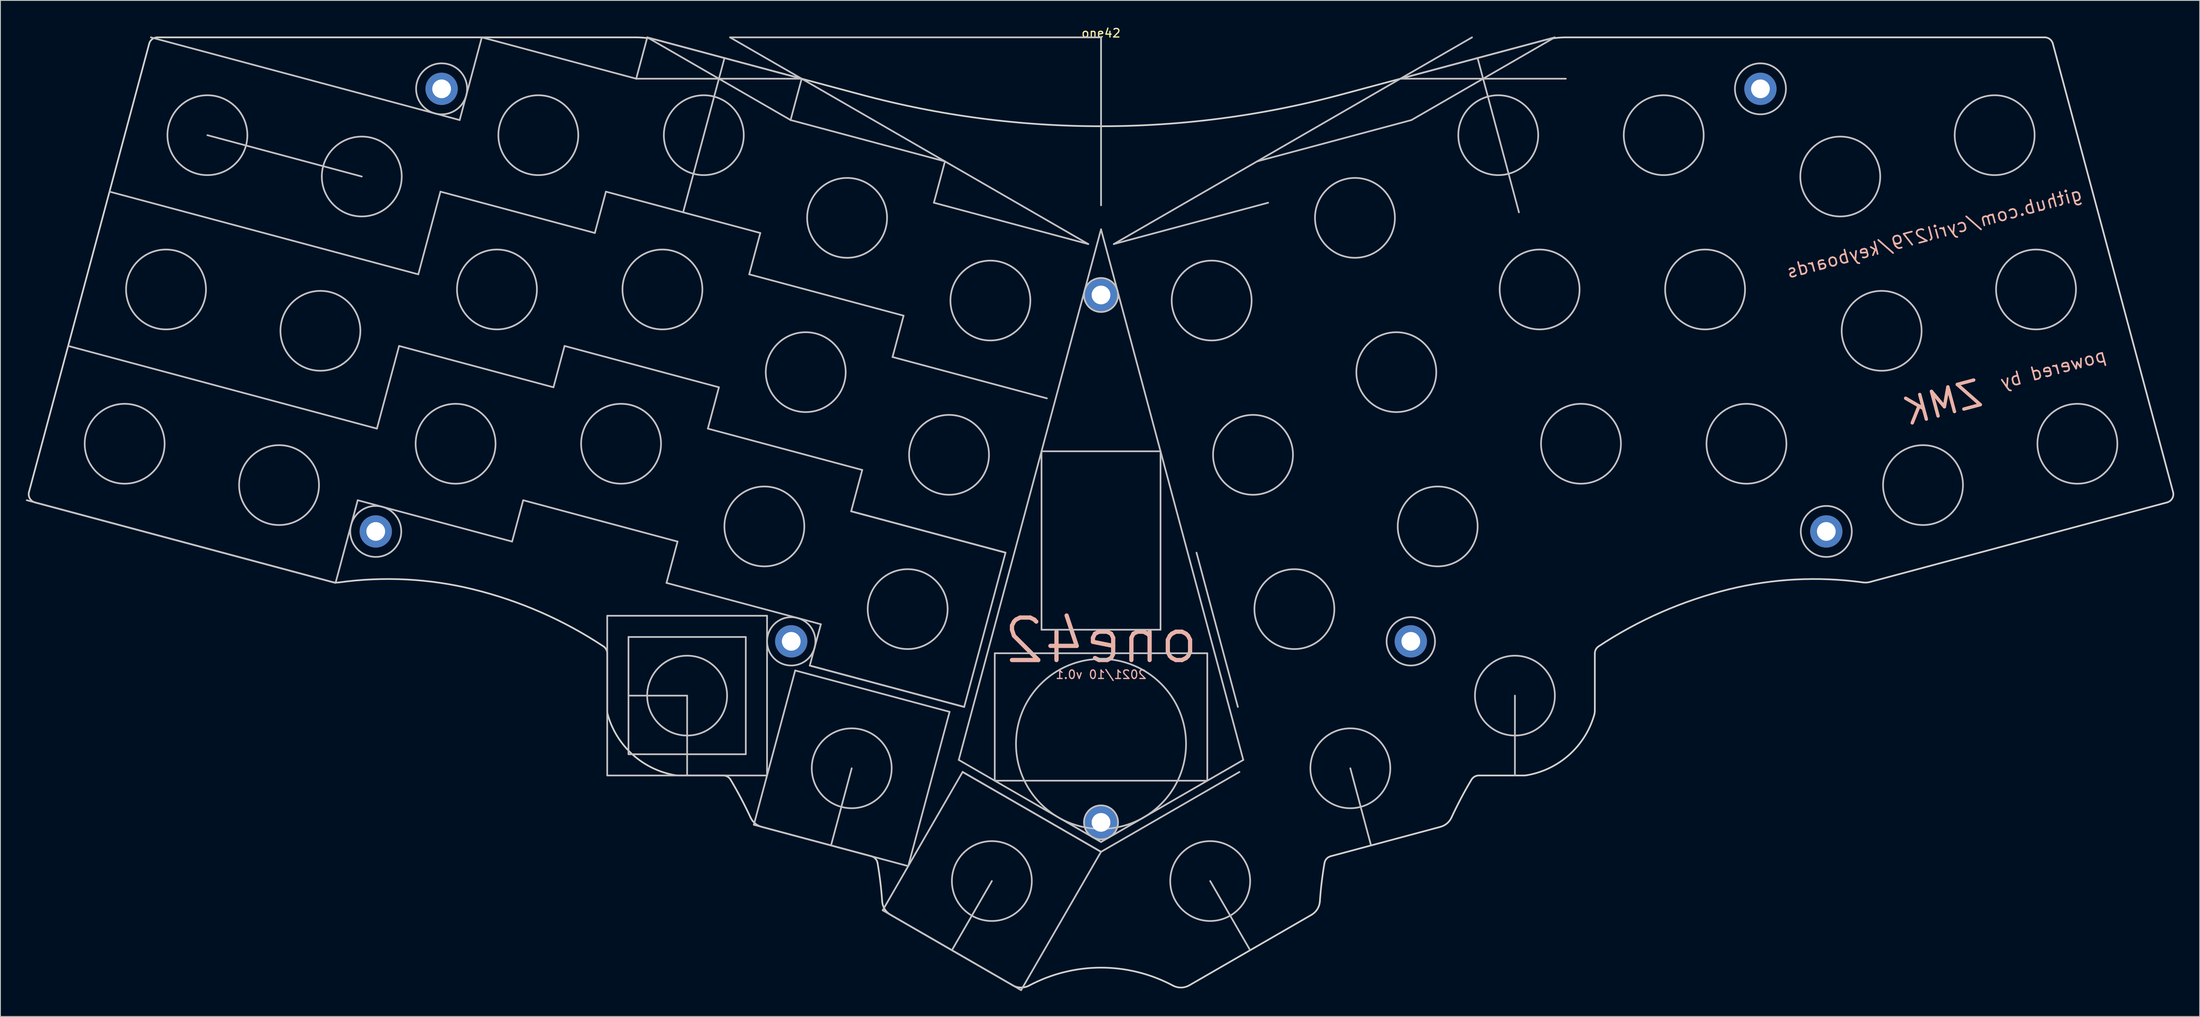
<source format=kicad_pcb>
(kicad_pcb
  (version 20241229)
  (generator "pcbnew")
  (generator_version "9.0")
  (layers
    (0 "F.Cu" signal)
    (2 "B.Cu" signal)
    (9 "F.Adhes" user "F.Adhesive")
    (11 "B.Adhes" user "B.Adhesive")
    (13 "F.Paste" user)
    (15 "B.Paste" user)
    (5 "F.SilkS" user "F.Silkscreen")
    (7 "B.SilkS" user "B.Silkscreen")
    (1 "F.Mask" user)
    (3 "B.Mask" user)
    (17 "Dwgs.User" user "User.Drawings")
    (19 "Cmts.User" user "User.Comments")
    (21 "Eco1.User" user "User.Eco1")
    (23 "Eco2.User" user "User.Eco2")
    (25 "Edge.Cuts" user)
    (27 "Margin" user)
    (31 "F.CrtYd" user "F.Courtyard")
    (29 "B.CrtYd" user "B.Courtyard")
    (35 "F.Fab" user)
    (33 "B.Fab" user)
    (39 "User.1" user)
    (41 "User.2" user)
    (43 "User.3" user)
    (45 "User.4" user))
  (footprint "one42"
    (layer "F.Cu")
    (at 126.458 1.348)
    (property "Reference" "one42" (at 0 -0.5 0) (unlocked yes) (layer "F.SilkS") (effects (font (size 1 1) (thickness 0.15))))
    (fp_line (start -12.5 72.5) (end -9.5 72.5) (stroke (width 0.12) (type solid)) (layer "F.SilkS"))
    (fp_line (start -12.5 75.5) (end -12.5 72.5) (stroke (width 0.12) (type solid)) (layer "F.SilkS"))
    (fp_line (start -12.5 87.5) (end -12.5 84.5) (stroke (width 0.12) (type solid)) (layer "F.SilkS"))
    (fp_line (start -9.5 87.5) (end -12.5 87.5) (stroke (width 0.12) (type solid)) (layer "F.SilkS"))
    (fp_line (start 9.5 72.5) (end 12.5 72.5) (stroke (width 0.12) (type solid)) (layer "F.SilkS"))
    (fp_line (start 12.5 72.5) (end 12.5 75.5) (stroke (width 0.12) (type solid)) (layer "F.SilkS"))
    (fp_line (start 12.5 84.5) (end 12.5 87.5) (stroke (width 0.12) (type solid)) (layer "F.SilkS"))
    (fp_line (start 12.5 87.5) (end 9.5 87.5) (stroke (width 0.12) (type solid)) (layer "F.SilkS"))
    (fp_line (start -105.113 11.513) (end -86.954 16.378) (stroke (width 0.2) (type solid)) (layer "Dwgs.User"))
    (fp_line (start -90.039 64.21) (end -126.358 54.478) (stroke (width 0.2) (type solid)) (layer "Dwgs.User"))
    (fp_line (start -87.431 54.478) (end -90.039 64.21) (stroke (width 0.2) (type solid)) (layer "Dwgs.User"))
    (fp_line (start -85.173 46.05) (end -121.492 36.319) (stroke (width 0.2) (type solid)) (layer "Dwgs.User"))
    (fp_line (start -82.565 36.319) (end -85.173 46.05) (stroke (width 0.2) (type solid)) (layer "Dwgs.User"))
    (fp_line (start -80.307 27.891) (end -116.626 18.159) (stroke (width 0.2) (type solid)) (layer "Dwgs.User"))
    (fp_line (start -77.7 18.159) (end -80.307 27.891) (stroke (width 0.2) (type solid)) (layer "Dwgs.User"))
    (fp_line (start -75.441 9.732) (end -111.76 0) (stroke (width 0.2) (type solid)) (layer "Dwgs.User"))
    (fp_line (start -72.834 0) (end -75.441 9.732) (stroke (width 0.2) (type solid)) (layer "Dwgs.User"))
    (fp_line (start -69.272 59.344) (end -87.431 54.478) (stroke (width 0.2) (type solid)) (layer "Dwgs.User"))
    (fp_line (start -69.272 59.344) (end -67.968 54.478) (stroke (width 0.2) (type solid)) (layer "Dwgs.User"))
    (fp_line (start -67.968 54.478) (end -49.809 59.344) (stroke (width 0.2) (type solid)) (layer "Dwgs.User"))
    (fp_line (start -64.406 41.185) (end -82.565 36.319) (stroke (width 0.2) (type solid)) (layer "Dwgs.User"))
    (fp_line (start -64.406 41.185) (end -63.102 36.319) (stroke (width 0.2) (type solid)) (layer "Dwgs.User"))
    (fp_line (start -63.102 36.319) (end -44.943 41.185) (stroke (width 0.2) (type solid)) (layer "Dwgs.User"))
    (fp_line (start -59.54 23.025) (end -77.7 18.159) (stroke (width 0.2) (type solid)) (layer "Dwgs.User"))
    (fp_line (start -59.54 23.025) (end -58.236 18.159) (stroke (width 0.2) (type solid)) (layer "Dwgs.User"))
    (fp_line (start -58.236 18.159) (end -40.077 23.025) (stroke (width 0.2) (type solid)) (layer "Dwgs.User"))
    (fp_line (start -58.084 68.076) (end -39.284 68.076) (stroke (width 0.2) (type solid)) (layer "Dwgs.User"))
    (fp_line (start -58.084 86.876) (end -58.084 68.076) (stroke (width 0.2) (type solid)) (layer "Dwgs.User"))
    (fp_line (start -55.584 70.576) (end -55.584 84.376) (stroke (width 0.2) (type solid)) (layer "Dwgs.User"))
    (fp_line (start -55.584 84.376) (end -41.784 84.376) (stroke (width 0.2) (type solid)) (layer "Dwgs.User"))
    (fp_line (start -54.674 4.866) (end -72.834 0) (stroke (width 0.2) (type solid)) (layer "Dwgs.User"))
    (fp_line (start -54.674 4.866) (end -53.371 0) (stroke (width 0.2) (type solid)) (layer "Dwgs.User"))
    (fp_line (start -53.371 0) (end -36.515 9.732) (stroke (width 0.2) (type solid)) (layer "Dwgs.User"))
    (fp_line (start -53.371 0) (end -35.211 4.866) (stroke (width 0.2) (type solid)) (layer "Dwgs.User"))
    (fp_line (start -51.112 64.21) (end -32.953 69.076) (stroke (width 0.2) (type solid)) (layer "Dwgs.User"))
    (fp_line (start -49.809 59.344) (end -51.112 64.21) (stroke (width 0.2) (type solid)) (layer "Dwgs.User"))
    (fp_line (start -48.684 77.476) (end -55.584 77.476) (stroke (width 0.2) (type solid)) (layer "Dwgs.User"))
    (fp_line (start -48.684 86.876) (end -48.684 77.476) (stroke (width 0.2) (type solid)) (layer "Dwgs.User"))
    (fp_line (start -46.247 46.05) (end -28.087 50.916) (stroke (width 0.2) (type solid)) (layer "Dwgs.User"))
    (fp_line (start -44.943 41.185) (end -46.247 46.05) (stroke (width 0.2) (type solid)) (layer "Dwgs.User"))
    (fp_line (start -44.291 2.433) (end -49.157 20.592) (stroke (width 0.2) (type solid)) (layer "Dwgs.User"))
    (fp_line (start -43.639 0) (end -1.5 24.329) (stroke (width 0.2) (type solid)) (layer "Dwgs.User"))
    (fp_line (start -41.784 70.576) (end -55.584 70.576) (stroke (width 0.2) (type solid)) (layer "Dwgs.User"))
    (fp_line (start -41.784 84.376) (end -41.784 70.576) (stroke (width 0.2) (type solid)) (layer "Dwgs.User"))
    (fp_line (start -41.381 27.891) (end -23.221 32.757) (stroke (width 0.2) (type solid)) (layer "Dwgs.User"))
    (fp_line (start -40.838 92.676) (end -22.679 97.542) (stroke (width 0.2) (type solid)) (layer "Dwgs.User"))
    (fp_line (start -40.077 23.025) (end -41.381 27.891) (stroke (width 0.2) (type solid)) (layer "Dwgs.User"))
    (fp_line (start -39.284 68.076) (end -39.284 86.876) (stroke (width 0.2) (type solid)) (layer "Dwgs.User"))
    (fp_line (start -39.284 86.876) (end -58.084 86.876) (stroke (width 0.2) (type solid)) (layer "Dwgs.User"))
    (fp_line (start -36.515 9.732) (end -18.356 14.597) (stroke (width 0.2) (type solid)) (layer "Dwgs.User"))
    (fp_line (start -35.973 74.517) (end -40.838 92.676) (stroke (width 0.2) (type solid)) (layer "Dwgs.User"))
    (fp_line (start -35.211 4.866) (end -54.674 4.866) (stroke (width 0.2) (type solid)) (layer "Dwgs.User"))
    (fp_line (start -35.211 4.866) (end -36.515 9.732) (stroke (width 0.2) (type solid)) (layer "Dwgs.User"))
    (fp_line (start -34.257 73.941) (end -16.097 78.807) (stroke (width 0.2) (type solid)) (layer "Dwgs.User"))
    (fp_line (start -34.257 73.941) (end -16.097 78.807) (stroke (width 0.2) (type solid)) (layer "Dwgs.User"))
    (fp_line (start -32.953 69.076) (end -34.257 73.941) (stroke (width 0.2) (type solid)) (layer "Dwgs.User"))
    (fp_line (start -29.391 55.782) (end -11.232 60.648) (stroke (width 0.2) (type solid)) (layer "Dwgs.User"))
    (fp_line (start -29.391 55.782) (end -11.232 60.648) (stroke (width 0.2) (type solid)) (layer "Dwgs.User"))
    (fp_line (start -29.326 86.03) (end -31.759 95.109) (stroke (width 0.2) (type solid)) (layer "Dwgs.User"))
    (fp_line (start -28.087 50.916) (end -29.391 55.782) (stroke (width 0.2) (type solid)) (layer "Dwgs.User"))
    (fp_line (start -25.681 102.742) (end -9.4 112.142) (stroke (width 0.2) (type solid)) (layer "Dwgs.User"))
    (fp_line (start -24.525 37.623) (end -6.366 42.488) (stroke (width 0.2) (type solid)) (layer "Dwgs.User"))
    (fp_line (start -23.221 32.757) (end -24.525 37.623) (stroke (width 0.2) (type solid)) (layer "Dwgs.User"))
    (fp_line (start -22.679 97.542) (end -17.813 79.383) (stroke (width 0.2) (type solid)) (layer "Dwgs.User"))
    (fp_line (start -19.659 19.463) (end -1.5 24.329) (stroke (width 0.2) (type solid)) (layer "Dwgs.User"))
    (fp_line (start -18.356 14.597) (end -19.659 19.463) (stroke (width 0.2) (type solid)) (layer "Dwgs.User"))
    (fp_line (start -17.813 79.383) (end -35.973 74.517) (stroke (width 0.2) (type solid)) (layer "Dwgs.User"))
    (fp_line (start -17.541 107.442) (end -12.841 99.302) (stroke (width 0.2) (type solid)) (layer "Dwgs.User"))
    (fp_line (start -16.734 85.045) (end 0 94.706) (stroke (width 0.2) (type solid)) (layer "Dwgs.User"))
    (fp_line (start -16.281 86.461) (end -25.681 102.742) (stroke (width 0.2) (type solid)) (layer "Dwgs.User"))
    (fp_line (start -16.281 86.461) (end 0 95.861) (stroke (width 0.2) (type solid)) (layer "Dwgs.User"))
    (fp_line (start -16.097 78.807) (end -11.232 60.648) (stroke (width 0.2) (type solid)) (layer "Dwgs.User"))
    (fp_line (start -12.5 72.489) (end -12.5 87.489) (stroke (width 0.2) (type solid)) (layer "Dwgs.User"))
    (fp_line (start -12.5 87.489) (end 12.5 87.489) (stroke (width 0.2) (type solid)) (layer "Dwgs.User"))
    (fp_line (start -9.4 112.142) (end 0 95.861) (stroke (width 0.2) (type solid)) (layer "Dwgs.User"))
    (fp_line (start -7 48.719) (end 7 48.719) (stroke (width 0.2) (type solid)) (layer "Dwgs.User"))
    (fp_line (start -7 69.719) (end -7 48.719) (stroke (width 0.2) (type solid)) (layer "Dwgs.User"))
    (fp_line (start 0 0) (end -43.639 0) (stroke (width 0.2) (type solid)) (layer "Dwgs.User"))
    (fp_line (start 0 0) (end 0 19.759) (stroke (width 0.2) (type solid)) (layer "Dwgs.User"))
    (fp_line (start 0 0) (end 0 19.759) (stroke (width 0.2) (type solid)) (layer "Dwgs.User"))
    (fp_line (start 0 22.595) (end -16.734 85.045) (stroke (width 0.2) (type solid)) (layer "Dwgs.User"))
    (fp_line (start 0 22.595) (end 16.734 85.045) (stroke (width 0.2) (type solid)) (layer "Dwgs.User"))
    (fp_line (start 0 95.861) (end -16.281 86.461) (stroke (width 0.2) (type solid)) (layer "Dwgs.User"))
    (fp_line (start 7 48.719) (end 7 69.719) (stroke (width 0.2) (type solid)) (layer "Dwgs.User"))
    (fp_line (start 7 69.719) (end -7 69.719) (stroke (width 0.2) (type solid)) (layer "Dwgs.User"))
    (fp_line (start 12.5 72.489) (end -12.5 72.489) (stroke (width 0.2) (type solid)) (layer "Dwgs.User"))
    (fp_line (start 12.5 87.489) (end 12.5 72.489) (stroke (width 0.2) (type solid)) (layer "Dwgs.User"))
    (fp_line (start 16.097 78.807) (end 11.232 60.648) (stroke (width 0.2) (type solid)) (layer "Dwgs.User"))
    (fp_line (start 16.281 86.461) (end 0 95.861) (stroke (width 0.2) (type solid)) (layer "Dwgs.User"))
    (fp_line (start 16.734 85.045) (end 0 94.706) (stroke (width 0.2) (type solid)) (layer "Dwgs.User"))
    (fp_line (start 17.541 107.442) (end 12.841 99.302) (stroke (width 0.2) (type solid)) (layer "Dwgs.User"))
    (fp_line (start 19.659 19.463) (end 1.5 24.329) (stroke (width 0.2) (type solid)) (layer "Dwgs.User"))
    (fp_line (start 29.326 86.03) (end 31.759 95.109) (stroke (width 0.2) (type solid)) (layer "Dwgs.User"))
    (fp_line (start 35.211 4.866) (end 54.674 4.866) (stroke (width 0.2) (type solid)) (layer "Dwgs.User"))
    (fp_line (start 36.515 9.732) (end 18.356 14.597) (stroke (width 0.2) (type solid)) (layer "Dwgs.User"))
    (fp_line (start 43.639 0) (end 1.5 24.329) (stroke (width 0.2) (type solid)) (layer "Dwgs.User"))
    (fp_line (start 44.291 2.433) (end 49.157 20.592) (stroke (width 0.2) (type solid)) (layer "Dwgs.User"))
    (fp_line (start 48.684 86.876) (end 48.684 77.476) (stroke (width 0.2) (type solid)) (layer "Dwgs.User"))
    (fp_line (start 53.371 0) (end 35.211 4.866) (stroke (width 0.2) (type solid)) (layer "Dwgs.User"))
    (fp_line (start 53.371 0) (end 36.515 9.732) (stroke (width 0.2) (type solid)) (layer "Dwgs.User"))
    (fp_circle (center -114.845 47.831) (end -110.145 47.831) (stroke (width 0.2) (type solid)) (fill no) (layer "Dwgs.User"))
    (fp_circle (center -109.979 29.672) (end -105.279 29.672) (stroke (width 0.2) (type solid)) (fill no) (layer "Dwgs.User"))
    (fp_circle (center -105.113 11.513) (end -100.413 11.513) (stroke (width 0.2) (type solid)) (fill no) (layer "Dwgs.User"))
    (fp_circle (center -96.686 52.697) (end -91.986 52.697) (stroke (width 0.2) (type solid)) (fill no) (layer "Dwgs.User"))
    (fp_circle (center -91.82 34.538) (end -87.12 34.538) (stroke (width 0.2) (type solid)) (fill no) (layer "Dwgs.User"))
    (fp_circle (center -86.954 16.378) (end -82.254 16.378) (stroke (width 0.2) (type solid)) (fill no) (layer "Dwgs.User"))
    (fp_circle (center -85.31 58.152) (end -82.31 58.152) (stroke (width 0.2) (type solid)) (fill no) (layer "Dwgs.User"))
    (fp_circle (center -77.563 6.057) (end -74.563 6.057) (stroke (width 0.2) (type solid)) (fill no) (layer "Dwgs.User"))
    (fp_circle (center -75.919 47.831) (end -71.219 47.831) (stroke (width 0.2) (type solid)) (fill no) (layer "Dwgs.User"))
    (fp_circle (center -71.053 29.672) (end -66.353 29.672) (stroke (width 0.2) (type solid)) (fill no) (layer "Dwgs.User"))
    (fp_circle (center -66.187 11.513) (end -61.487 11.513) (stroke (width 0.2) (type solid)) (fill no) (layer "Dwgs.User"))
    (fp_circle (center -56.455 47.831) (end -51.755 47.831) (stroke (width 0.2) (type solid)) (fill no) (layer "Dwgs.User"))
    (fp_circle (center -51.59 29.672) (end -46.89 29.672) (stroke (width 0.2) (type solid)) (fill no) (layer "Dwgs.User"))
    (fp_circle (center -48.684 77.476) (end -43.984 77.476) (stroke (width 0.2) (type solid)) (fill no) (layer "Dwgs.User"))
    (fp_circle (center -46.724 11.513) (end -42.024 11.513) (stroke (width 0.2) (type solid)) (fill no) (layer "Dwgs.User"))
    (fp_circle (center -39.6 57.563) (end -34.9 57.563) (stroke (width 0.2) (type solid)) (fill no) (layer "Dwgs.User"))
    (fp_circle (center -36.438 71.088) (end -33.593 71.088) (stroke (width 0.2) (type solid)) (fill no) (layer "Dwgs.User"))
    (fp_circle (center -34.734 39.404) (end -30.034 39.404) (stroke (width 0.2) (type solid)) (fill no) (layer "Dwgs.User"))
    (fp_circle (center -29.868 21.244) (end -25.168 21.244) (stroke (width 0.2) (type solid)) (fill no) (layer "Dwgs.User"))
    (fp_circle (center -29.326 86.03) (end -24.626 86.03) (stroke (width 0.2) (type solid)) (fill no) (layer "Dwgs.User"))
    (fp_circle (center -22.744 67.295) (end -18.044 67.295) (stroke (width 0.2) (type solid)) (fill no) (layer "Dwgs.User"))
    (fp_circle (center -17.878 49.135) (end -13.178 49.135) (stroke (width 0.2) (type solid)) (fill no) (layer "Dwgs.User"))
    (fp_circle (center -13.013 30.976) (end -8.313 30.976) (stroke (width 0.2) (type solid)) (fill no) (layer "Dwgs.User"))
    (fp_circle (center -12.841 99.302) (end -8.141 99.302) (stroke (width 0.2) (type solid)) (fill no) (layer "Dwgs.User"))
    (fp_circle (center 0 30.322) (end 2 30.322) (stroke (width 0.2) (type solid)) (fill no) (layer "Dwgs.User"))
    (fp_circle (center 0 83.159) (end 10 83.159) (stroke (width 0.2) (type solid)) (fill no) (layer "Dwgs.User"))
    (fp_circle (center 0 92.397) (end 2 92.397) (stroke (width 0.2) (type solid)) (fill no) (layer "Dwgs.User"))
    (fp_circle (center 12.841 99.302) (end 17.541 99.302) (stroke (width 0.2) (type solid)) (fill no) (layer "Dwgs.User"))
    (fp_circle (center 13.013 30.976) (end 17.713 30.976) (stroke (width 0.2) (type solid)) (fill no) (layer "Dwgs.User"))
    (fp_circle (center 17.878 49.135) (end 22.578 49.135) (stroke (width 0.2) (type solid)) (fill no) (layer "Dwgs.User"))
    (fp_circle (center 22.744 67.295) (end 27.444 67.295) (stroke (width 0.2) (type solid)) (fill no) (layer "Dwgs.User"))
    (fp_circle (center 29.326 86.03) (end 34.026 86.03) (stroke (width 0.2) (type solid)) (fill no) (layer "Dwgs.User"))
    (fp_circle (center 29.868 21.244) (end 34.568 21.244) (stroke (width 0.2) (type solid)) (fill no) (layer "Dwgs.User"))
    (fp_circle (center 34.734 39.404) (end 39.434 39.404) (stroke (width 0.2) (type solid)) (fill no) (layer "Dwgs.User"))
    (fp_circle (center 36.438 71.088) (end 39.284 71.088) (stroke (width 0.2) (type solid)) (fill no) (layer "Dwgs.User"))
    (fp_circle (center 39.6 57.563) (end 44.3 57.563) (stroke (width 0.2) (type solid)) (fill no) (layer "Dwgs.User"))
    (fp_circle (center 46.724 11.513) (end 51.424 11.513) (stroke (width 0.2) (type solid)) (fill no) (layer "Dwgs.User"))
    (fp_circle (center 48.684 77.476) (end 53.384 77.476) (stroke (width 0.2) (type solid)) (fill no) (layer "Dwgs.User"))
    (fp_circle (center 51.59 29.672) (end 56.29 29.672) (stroke (width 0.2) (type solid)) (fill no) (layer "Dwgs.User"))
    (fp_circle (center 56.455 47.831) (end 61.155 47.831) (stroke (width 0.2) (type solid)) (fill no) (layer "Dwgs.User"))
    (fp_circle (center 66.187 11.513) (end 70.887 11.513) (stroke (width 0.2) (type solid)) (fill no) (layer "Dwgs.User"))
    (fp_circle (center 71.053 29.672) (end 75.753 29.672) (stroke (width 0.2) (type solid)) (fill no) (layer "Dwgs.User"))
    (fp_circle (center 75.919 47.831) (end 80.619 47.831) (stroke (width 0.2) (type solid)) (fill no) (layer "Dwgs.User"))
    (fp_circle (center 77.563 6.057) (end 80.563 6.057) (stroke (width 0.2) (type solid)) (fill no) (layer "Dwgs.User"))
    (fp_circle (center 85.31 58.152) (end 88.31 58.152) (stroke (width 0.2) (type solid)) (fill no) (layer "Dwgs.User"))
    (fp_circle (center 86.954 16.378) (end 91.654 16.378) (stroke (width 0.2) (type solid)) (fill no) (layer "Dwgs.User"))
    (fp_circle (center 91.82 34.538) (end 96.52 34.538) (stroke (width 0.2) (type solid)) (fill no) (layer "Dwgs.User"))
    (fp_circle (center 96.686 52.697) (end 101.386 52.697) (stroke (width 0.2) (type solid)) (fill no) (layer "Dwgs.User"))
    (fp_circle (center 105.113 11.513) (end 109.813 11.513) (stroke (width 0.2) (type solid)) (fill no) (layer "Dwgs.User"))
    (fp_circle (center 109.979 29.672) (end 114.679 29.672) (stroke (width 0.2) (type solid)) (fill no) (layer "Dwgs.User"))
    (fp_circle (center 114.845 47.831) (end 119.545 47.831) (stroke (width 0.2) (type solid)) (fill no) (layer "Dwgs.User"))
    (fp_line (start -125.392 54.737) (end -90.435 64.104) (stroke (width 0.2) (type solid)) (layer "Edge.Cuts"))
    (fp_line (start -111.959 0.741) (end -126.099 53.512) (stroke (width 0.2) (type solid)) (layer "Edge.Cuts"))
    (fp_line (start -58.084 72.51) (end -58.084 79.216) (stroke (width 0.2) (type solid)) (layer "Edge.Cuts"))
    (fp_line (start -54.687 0) (end -110.993 0) (stroke (width 0.2) (type solid)) (layer "Edge.Cuts"))
    (fp_line (start -49.739 86.876) (end -44.436 86.876) (stroke (width 0.2) (type solid)) (layer "Edge.Cuts"))
    (fp_line (start -39.923 92.922) (end -27.013 96.381) (stroke (width 0.2) (type solid)) (layer "Edge.Cuts"))
    (fp_line (start -28.179 6.75) (end -52.099 0.341) (stroke (width 0.2) (type solid)) (layer "Edge.Cuts"))
    (fp_line (start -24.747 103.282) (end -10.394 111.568) (stroke (width 0.2) (type solid)) (layer "Edge.Cuts"))
    (fp_line (start 10.394 111.568) (end 24.747 103.282) (stroke (width 0.2) (type solid)) (layer "Edge.Cuts"))
    (fp_line (start 27.013 96.381) (end 39.923 92.922) (stroke (width 0.2) (type solid)) (layer "Edge.Cuts"))
    (fp_line (start 44.436 86.876) (end 49.739 86.876) (stroke (width 0.2) (type solid)) (layer "Edge.Cuts"))
    (fp_line (start 52.099 0.341) (end 28.179 6.75) (stroke (width 0.2) (type solid)) (layer "Edge.Cuts"))
    (fp_line (start 58.084 79.216) (end 58.084 72.51) (stroke (width 0.2) (type solid)) (layer "Edge.Cuts"))
    (fp_line (start 90.435 64.104) (end 125.392 54.737) (stroke (width 0.2) (type solid)) (layer "Edge.Cuts"))
    (fp_line (start 110.993 0) (end 54.687 0) (stroke (width 0.2) (type solid)) (layer "Edge.Cuts"))
    (fp_line (start 126.099 53.512) (end 111.959 0.741) (stroke (width 0.2) (type solid)) (layer "Edge.Cuts"))
    (fp_arc (start -125.391688 54.737034) (mid -125.998894 54.271108) (end -126.098794 53.51229) (stroke (width 0.2) (type solid)) (layer "Edge.Cuts"))
    (fp_arc (start -111.958817 0.74118) (mid -111.601653 0.206646) (end -110.992892 0) (stroke (width 0.2) (type solid)) (layer "Edge.Cuts"))
    (fp_arc (start -89.642148 64.152777) (mid -90.041033 64.167974) (end -90.434991 64.103654) (stroke (width 0.2) (type solid)) (layer "Edge.Cuts"))
    (fp_arc (start -89.642147 64.152777) (mid -81.71552 63.808181) (end -73.865523 64.960439) (stroke (width 0.2) (type solid)) (layer "Edge.Cuts"))
    (fp_arc (start -73.865523 64.960438) (mid -65.908404 67.65551) (end -58.531848 71.676154) (stroke (width 0.2) (type solid)) (layer "Edge.Cuts"))
    (fp_arc (start -58.531848 71.676154) (mid -58.203246 72.036655) (end -58.084276 72.509715) (stroke (width 0.2) (type solid)) (layer "Edge.Cuts"))
    (fp_arc (start -58.005228 79.77281) (mid -58.064416 79.497238) (end -58.084276 79.216083) (stroke (width 0.2) (type solid)) (layer "Edge.Cuts"))
    (fp_arc (start -54.687167 -0.000001) (mid -53.381905 0.08555) (end -52.098977 0.340741) (stroke (width 0.2) (type solid)) (layer "Edge.Cuts"))
    (fp_arc (start -50.074045 86.84814) (mid -55.057442 84.451396) (end -58.005228 79.772809) (stroke (width 0.2) (type solid)) (layer "Edge.Cuts"))
    (fp_arc (start -49.73933 86.876346) (mid -49.907281 86.869282) (end -50.074045 86.848139) (stroke (width 0.2) (type solid)) (layer "Edge.Cuts"))
    (fp_arc (start -44.436438 86.876346) (mid -43.94242 87.006894) (end -43.577388 87.364454) (stroke (width 0.2) (type solid)) (layer "Edge.Cuts"))
    (fp_arc (start -43.577388 87.364454) (mid -42.341139 89.566856) (end -41.220561 91.830303) (stroke (width 0.2) (type solid)) (layer "Edge.Cuts"))
    (fp_arc (start -39.923453 92.921502) (mid -40.693325 92.520113) (end -41.220561 91.830303) (stroke (width 0.2) (type solid)) (layer "Edge.Cuts"))
    (fp_arc (start -27.012584 96.380958) (mid -26.532751 96.672797) (end -26.285896 97.177249) (stroke (width 0.2) (type solid)) (layer "Edge.Cuts"))
    (fp_arc (start -26.285896 97.177249) (mid -25.957056 99.425966) (end -25.742167 101.688418) (stroke (width 0.2) (type solid)) (layer "Edge.Cuts"))
    (fp_arc (start -24.746988 103.281696) (mid -25.44328 102.609169) (end -25.742167 101.688418) (stroke (width 0.2) (type solid)) (layer "Edge.Cuts"))
    (fp_arc (start -8.454613 111.601989) (mid 0 109.492852) (end 8.454612 111.601989) (stroke (width 0.2) (type solid)) (layer "Edge.Cuts"))
    (fp_arc (start -8.454611 111.60199) (mid -9.428658 111.836039) (end -10.394013 111.568389) (stroke (width 0.2) (type solid)) (layer "Edge.Cuts"))
    (fp_arc (start 10.394013 111.568388) (mid 9.428659 111.836037) (end 8.454612 111.601989) (stroke (width 0.2) (type solid)) (layer "Edge.Cuts"))
    (fp_arc (start 25.742166 101.688418) (mid 25.443279 102.609168) (end 24.746987 103.281695) (stroke (width 0.2) (type solid)) (layer "Edge.Cuts"))
    (fp_arc (start 25.742167 101.688418) (mid 25.957057 99.425966) (end 26.285896 97.177249) (stroke (width 0.2) (type solid)) (layer "Edge.Cuts"))
    (fp_arc (start 26.285896 97.177249) (mid 26.532751 96.672797) (end 27.012584 96.380958) (stroke (width 0.2) (type solid)) (layer "Edge.Cuts"))
    (fp_arc (start 28.1793 6.749999) (mid 0 10.459874) (end -28.1793 6.749999) (stroke (width 0.2) (type solid)) (layer "Edge.Cuts"))
    (fp_arc (start 41.220561 91.830302) (mid 40.693326 92.520112) (end 39.923454 92.921501) (stroke (width 0.2) (type solid)) (layer "Edge.Cuts"))
    (fp_arc (start 41.220561 91.830303) (mid 42.341139 89.566856) (end 43.577388 87.364454) (stroke (width 0.2) (type solid)) (layer "Edge.Cuts"))
    (fp_arc (start 43.577389 87.364454) (mid 43.94242 87.006895) (end 44.436438 86.876347) (stroke (width 0.2) (type solid)) (layer "Edge.Cuts"))
    (fp_arc (start 50.074045 86.84814) (mid 49.907281 86.869283) (end 49.73933 86.876347) (stroke (width 0.2) (type solid)) (layer "Edge.Cuts"))
    (fp_arc (start 52.098978 0.340742) (mid 53.381906 0.085552) (end 54.687168 0) (stroke (width 0.2) (type solid)) (layer "Edge.Cuts"))
    (fp_arc (start 58.005227 79.772808) (mid 55.057441 84.451395) (end 50.074045 86.848139) (stroke (width 0.2) (type solid)) (layer "Edge.Cuts"))
    (fp_arc (start 58.084276 72.509715) (mid 58.203246 72.036655) (end 58.531848 71.676154) (stroke (width 0.2) (type solid)) (layer "Edge.Cuts"))
    (fp_arc (start 58.084276 79.216082) (mid 58.064415 79.497237) (end 58.005228 79.772809) (stroke (width 0.2) (type solid)) (layer "Edge.Cuts"))
    (fp_arc (start 58.531848 71.676155) (mid 65.908404 67.655512) (end 73.865523 64.960439) (stroke (width 0.2) (type solid)) (layer "Edge.Cuts"))
    (fp_arc (start 73.865524 64.960439) (mid 81.715521 63.808182) (end 89.642148 64.152777) (stroke (width 0.2) (type solid)) (layer "Edge.Cuts"))
    (fp_arc (start 90.434991 64.103654) (mid 90.041033 64.167974) (end 89.642148 64.152777) (stroke (width 0.2) (type solid)) (layer "Edge.Cuts"))
    (fp_arc (start 110.992892 -0.000001) (mid 111.601653 0.206646) (end 111.958818 0.74118) (stroke (width 0.2) (type solid)) (layer "Edge.Cuts"))
    (fp_arc (start 126.098795 53.51229) (mid 125.998894 54.271109) (end 125.391688 54.737035) (stroke (width 0.2) (type solid)) (layer "Edge.Cuts"))
    (fp_text user "2021/10 v0.1" (at 0 75 0) (unlocked yes) (layer "B.SilkS") (effects (font (size 1 1) (thickness 0.15)) (justify mirror)))
    (fp_text user "github.com/cyril279/keyboards" (at 98 23 15) (unlocked yes) (layer "B.SilkS") (effects (font (size 1.5 1.5) (thickness 0.2)) (justify mirror)))
    (fp_text user "ZMK" (at 99 43 15) (unlocked yes) (layer "B.SilkS") (effects (font (size 3 3) (thickness 0.4)) (justify mirror)))
    (fp_text user "one42" (at 0 71 0) (unlocked yes) (layer "B.SilkS") (effects (font (size 5 5) (thickness 0.5)) (justify mirror)))
    (fp_text user "powered by" (at 112 39 15) (unlocked yes) (layer "B.SilkS") (effects (font (size 1.5 1.5) (thickness 0.2)) (justify mirror)))
    (pad "1" thru_hole circle (at -85.31 58.152) (size 3.8 3.8) (drill 2.2) (layers "*.Cu" "*.Mask"))
    (pad "1" thru_hole circle (at -77.563 6.057) (size 3.8 3.8) (drill 2.2) (layers "*.Cu" "*.Mask"))
    (pad "1" thru_hole circle (at -36.438 71.088) (size 3.8 3.8) (drill 2.2) (layers "*.Cu" "*.Mask"))
    (pad "1" thru_hole circle (at 0 30.322) (size 3.8 3.8) (drill 2.2) (layers "*.Cu" "*.Mask"))
    (pad "1" thru_hole circle (at 0 92.397) (size 3.8 3.8) (drill 2.2) (layers "*.Cu" "*.Mask"))
    (pad "1" thru_hole circle (at 36.438 71.088) (size 3.8 3.8) (drill 2.2) (layers "*.Cu" "*.Mask"))
    (pad "1" thru_hole circle (at 77.563 6.057) (size 3.8 3.8) (drill 2.2) (layers "*.Cu" "*.Mask"))
    (pad "1" thru_hole circle (at 85.31 58.152) (size 3.8 3.8) (drill 2.2) (layers "*.Cu" "*.Mask")))
  (gr_rect
    (start -3 -3)
    (end 255.69 116.591)
    (stroke (width 0.1) (type default))
    (fill no)
    (layer "Edge.Cuts")))
</source>
